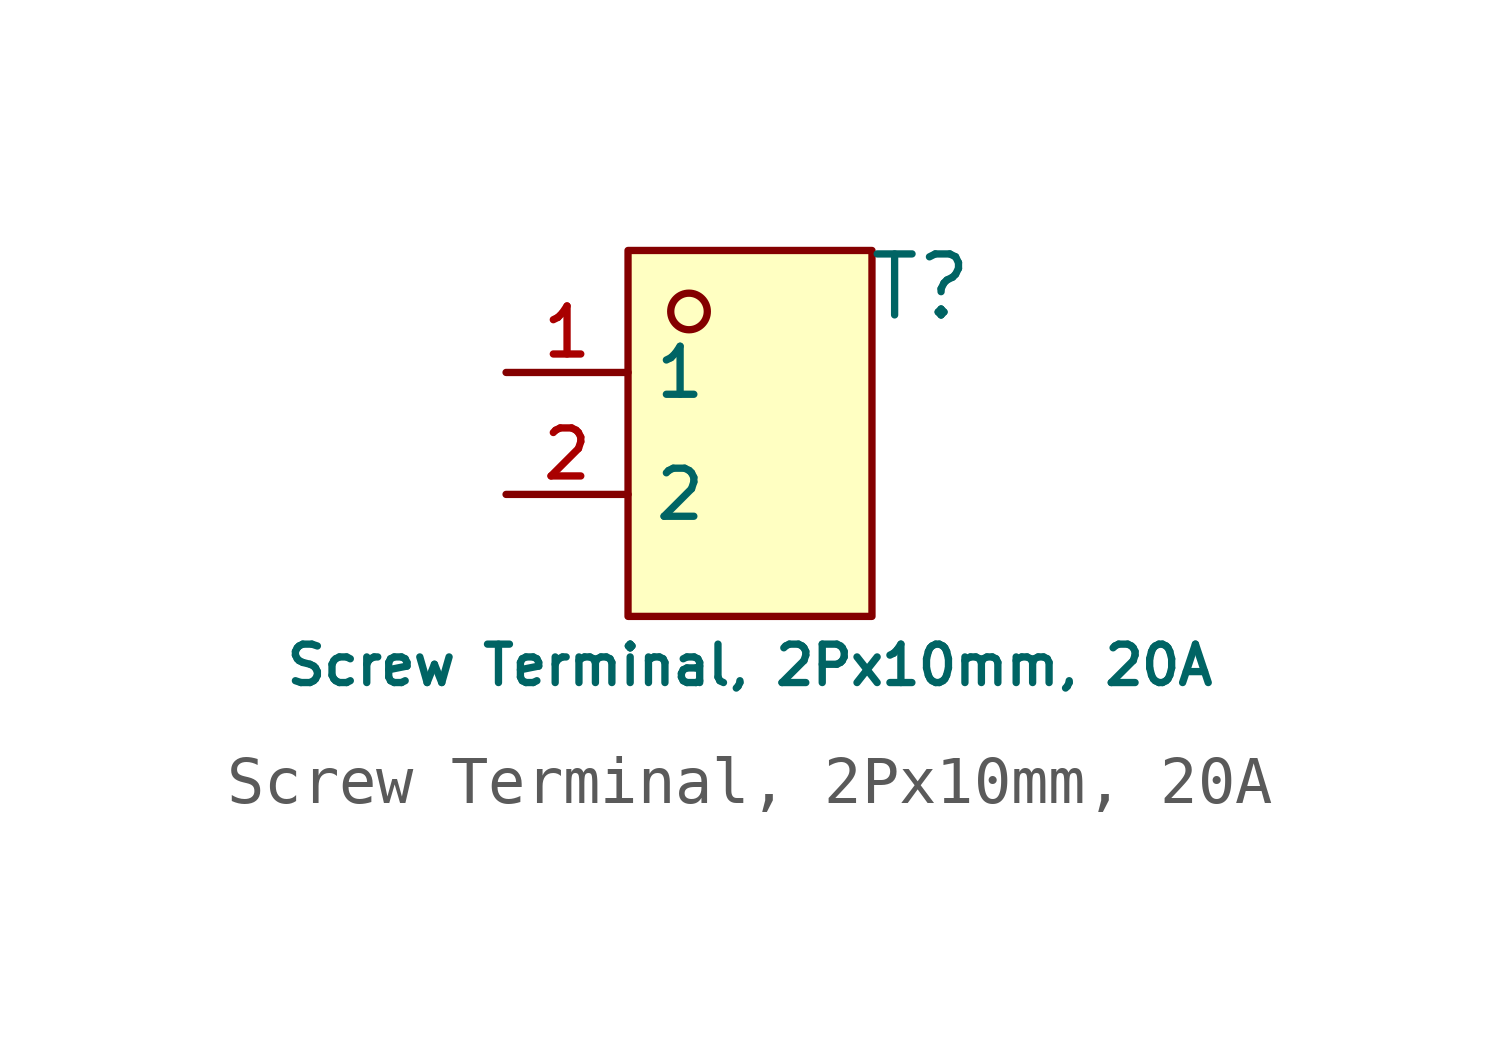
<source format=kicad_sym>
(kicad_symbol_lib
  (version 20231120)
  (generator "CDFER_Archive_Tool")
  (generator_version "0.0")
  (symbol "Screw Terminal, 2Px10mm, 20A"
    (property "Reference" "T"
      (at 3.556 4.318 0)
      (effects (font (size 1.27 1.27))))
    (property "Value" "Screw Terminal, 2Px10mm, 20A"
      (at 0 -3.556 0)
      (effects (font (size 0.8 0.8))))
    (symbol "Screw Terminal, 2Px10mm, 20A_0_1"
      (rectangle (start -2.54 5.08) (end 2.54 -2.54) (stroke (width 0) (type default)) (fill (type background)))
      (circle (center -1.27 3.81) (radius 0.381) (stroke (width 0) (type default)) (fill (type background)))
      (pin unspecified line (at -5.08 2.54 0) (length 2.54) (name "1" (effects (font (size 1 1)))) (number "1" (effects (font (size 1 1)))))
      (pin unspecified line (at -5.08 0 0) (length 2.54) (name "2" (effects (font (size 1 1)))) (number "2" (effects (font (size 1 1))))))))
</source>
